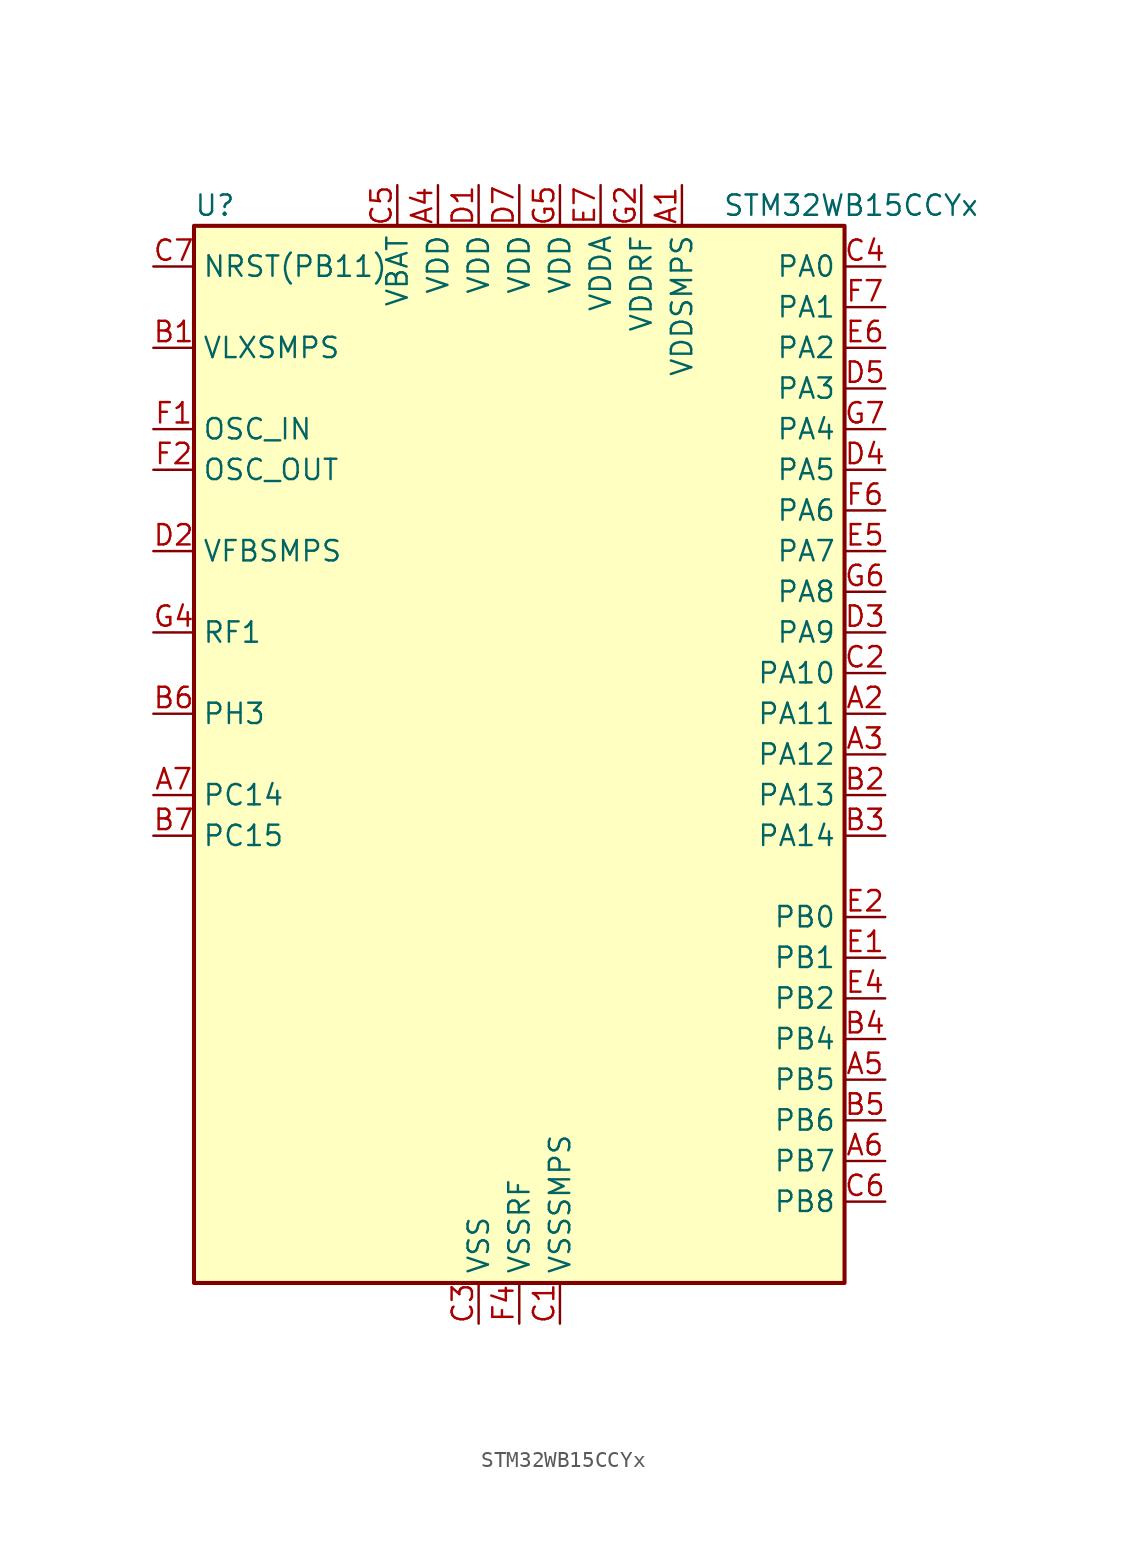
<source format=kicad_sym>
(kicad_symbol_lib
  (version 20220914)
  (generator kicad_symbol_editor)
  (symbol "STM32WB15CCYx"
    (property "Reference" "U"
      (at -20.32 34.29 0)
      (effects (font (size 1.27 1.27)) (justify left)))
    (property "Value" "STM32WB15CCYx"
      (at 12.7 34.29 0)
      (effects (font (size 1.27 1.27)) (justify left)))
    (property "ki_locked" ""
      (at 0 0 0)
      (effects (font (size 1.27 1.27))))
    (symbol "STM32WB15CCYx_0_1"
      (rectangle (start -20.32 -33.02) (end 20.32 33.02) (stroke (width 0.254) (type default)) (fill (type background))))
    (symbol "STM32WB15CCYx_1_1"
      (pin power_in line (at 10.16 35.56 270) (length 2.54) (name "VDDSMPS" (effects (font (size 1.27 1.27)))) (number "A1" (effects (font (size 1.27 1.27)))))
      (pin bidirectional line (at 22.86 2.54 180) (length 2.54) (name "PA11" (effects (font (size 1.27 1.27)))) (number "A2" (effects (font (size 1.27 1.27)))) (alternate "ADC1_EXTI11" bidirectional line) (alternate "SPI1_MISO" bidirectional line) (alternate "TIM1_BKIN2" bidirectional line) (alternate "TIM1_CH4" bidirectional line) (alternate "USART1_CTS" bidirectional line) (alternate "USART1_NSS" bidirectional line))
      (pin bidirectional line (at 22.86 0 180) (length 2.54) (name "PA12" (effects (font (size 1.27 1.27)))) (number "A3" (effects (font (size 1.27 1.27)))) (alternate "LPUART1_RX" bidirectional line) (alternate "SPI1_MOSI" bidirectional line) (alternate "TIM1_ETR" bidirectional line) (alternate "USART1_DE" bidirectional line) (alternate "USART1_RTS" bidirectional line))
      (pin power_in line (at -5.08 35.56 270) (length 2.54) (name "VDD" (effects (font (size 1.27 1.27)))) (number "A4" (effects (font (size 1.27 1.27)))))
      (pin bidirectional line (at 22.86 -20.32 180) (length 2.54) (name "PB5" (effects (font (size 1.27 1.27)))) (number "A5" (effects (font (size 1.27 1.27)))) (alternate "I2C1_SMBA" bidirectional line) (alternate "LPTIM1_IN1" bidirectional line) (alternate "LPUART1_TX" bidirectional line) (alternate "SPI1_MOSI" bidirectional line) (alternate "TSC_G2_IO2" bidirectional line) (alternate "USART1_CK" bidirectional line))
      (pin bidirectional line (at 22.86 -25.4 180) (length 2.54) (name "PB7" (effects (font (size 1.27 1.27)))) (number "A6" (effects (font (size 1.27 1.27)))) (alternate "I2C1_SDA" bidirectional line) (alternate "LPTIM1_IN2" bidirectional line) (alternate "SYS_PVD_IN" bidirectional line) (alternate "TIM1_BKIN" bidirectional line) (alternate "TIM1_CH3" bidirectional line) (alternate "TSC_G2_IO4" bidirectional line) (alternate "USART1_RX" bidirectional line))
      (pin bidirectional line (at -22.86 -2.54 0) (length 2.54) (name "PC14" (effects (font (size 1.27 1.27)))) (number "A7" (effects (font (size 1.27 1.27)))) (alternate "RCC_OSC32_IN" bidirectional line))
      (pin power_in line (at -22.86 25.4 0) (length 2.54) (name "VLXSMPS" (effects (font (size 1.27 1.27)))) (number "B1" (effects (font (size 1.27 1.27)))))
      (pin bidirectional line (at 22.86 -2.54 180) (length 2.54) (name "PA13" (effects (font (size 1.27 1.27)))) (number "B2" (effects (font (size 1.27 1.27)))) (alternate "SPI1_MOSI" bidirectional line) (alternate "SYS_JTMS-SWDIO" bidirectional line) (alternate "TSC_G7_IO1" bidirectional line))
      (pin bidirectional line (at 22.86 -5.08 180) (length 2.54) (name "PA14" (effects (font (size 1.27 1.27)))) (number "B3" (effects (font (size 1.27 1.27)))) (alternate "I2C1_SMBA" bidirectional line) (alternate "LPTIM1_OUT" bidirectional line) (alternate "SPI1_NSS" bidirectional line) (alternate "SYS_JTCK-SWCLK" bidirectional line))
      (pin bidirectional line (at 22.86 -17.78 180) (length 2.54) (name "PB4" (effects (font (size 1.27 1.27)))) (number "B4" (effects (font (size 1.27 1.27)))) (alternate "SPI1_MISO" bidirectional line) (alternate "SYS_JTRST" bidirectional line) (alternate "TSC_G2_IO1" bidirectional line) (alternate "USART1_CTS" bidirectional line) (alternate "USART1_NSS" bidirectional line))
      (pin bidirectional line (at 22.86 -22.86 180) (length 2.54) (name "PB6" (effects (font (size 1.27 1.27)))) (number "B5" (effects (font (size 1.27 1.27)))) (alternate "I2C1_SCL" bidirectional line) (alternate "LPTIM1_ETR" bidirectional line) (alternate "RCC_MCO" bidirectional line) (alternate "SPI1_NSS" bidirectional line) (alternate "TSC_G2_IO3" bidirectional line) (alternate "USART1_TX" bidirectional line))
      (pin bidirectional line (at -22.86 2.54 0) (length 2.54) (name "PH3" (effects (font (size 1.27 1.27)))) (number "B6" (effects (font (size 1.27 1.27)))) (alternate "RCC_LSCO" bidirectional line))
      (pin bidirectional line (at -22.86 -5.08 0) (length 2.54) (name "PC15" (effects (font (size 1.27 1.27)))) (number "B7" (effects (font (size 1.27 1.27)))) (alternate "RCC_OSC32_OUT" bidirectional line))
      (pin power_in line (at 2.54 -35.56 90) (length 2.54) (name "VSSSMPS" (effects (font (size 1.27 1.27)))) (number "C1" (effects (font (size 1.27 1.27)))))
      (pin bidirectional line (at 22.86 5.08 180) (length 2.54) (name "PA10" (effects (font (size 1.27 1.27)))) (number "C2" (effects (font (size 1.27 1.27)))) (alternate "I2C1_SDA" bidirectional line) (alternate "TIM1_CH3" bidirectional line) (alternate "TSC_G7_IO2" bidirectional line) (alternate "USART1_RX" bidirectional line))
      (pin power_in line (at -2.54 -35.56 90) (length 2.54) (name "VSS" (effects (font (size 1.27 1.27)))) (number "C3" (effects (font (size 1.27 1.27)))))
      (pin bidirectional line (at 22.86 30.48 180) (length 2.54) (name "PA0" (effects (font (size 1.27 1.27)))) (number "C4" (effects (font (size 1.27 1.27)))) (alternate "ADC1_IN5" bidirectional line) (alternate "COMP1_INM" bidirectional line) (alternate "COMP1_OUT" bidirectional line) (alternate "RTC_TAMP2" bidirectional line) (alternate "SYS_WKUP1" bidirectional line) (alternate "TIM2_CH1" bidirectional line) (alternate "TIM2_ETR" bidirectional line))
      (pin power_in line (at -7.62 35.56 270) (length 2.54) (name "VBAT" (effects (font (size 1.27 1.27)))) (number "C5" (effects (font (size 1.27 1.27)))))
      (pin bidirectional line (at 22.86 -27.94 180) (length 2.54) (name "PB8" (effects (font (size 1.27 1.27)))) (number "C6" (effects (font (size 1.27 1.27)))) (alternate "I2C1_SCL" bidirectional line) (alternate "TIM1_CH2N" bidirectional line) (alternate "TSC_G7_IO3" bidirectional line))
      (pin input line (at -22.86 30.48 0) (length 2.54) (name "NRST(PB11)" (effects (font (size 1.27 1.27)))) (number "C7" (effects (font (size 1.27 1.27)))))
      (pin power_in line (at -2.54 35.56 270) (length 2.54) (name "VDD" (effects (font (size 1.27 1.27)))) (number "D1" (effects (font (size 1.27 1.27)))))
      (pin input line (at -22.86 12.7 0) (length 2.54) (name "VFBSMPS" (effects (font (size 1.27 1.27)))) (number "D2" (effects (font (size 1.27 1.27)))))
      (pin bidirectional line (at 22.86 7.62 180) (length 2.54) (name "PA9" (effects (font (size 1.27 1.27)))) (number "D3" (effects (font (size 1.27 1.27)))) (alternate "ADC1_IN4" bidirectional line) (alternate "COMP1_INM" bidirectional line) (alternate "I2C1_SCL" bidirectional line) (alternate "TIM1_CH2" bidirectional line) (alternate "USART1_TX" bidirectional line))
      (pin bidirectional line (at 22.86 17.78 180) (length 2.54) (name "PA5" (effects (font (size 1.27 1.27)))) (number "D4" (effects (font (size 1.27 1.27)))) (alternate "ADC1_IN10" bidirectional line) (alternate "COMP1_INM" bidirectional line) (alternate "LPTIM2_ETR" bidirectional line) (alternate "SPI1_MOSI" bidirectional line) (alternate "SPI1_SCK" bidirectional line) (alternate "TIM2_CH1" bidirectional line) (alternate "TIM2_ETR" bidirectional line))
      (pin bidirectional line (at 22.86 22.86 180) (length 2.54) (name "PA3" (effects (font (size 1.27 1.27)))) (number "D5" (effects (font (size 1.27 1.27)))) (alternate "ADC1_IN8" bidirectional line) (alternate "LPUART1_RX" bidirectional line) (alternate "TIM2_CH4" bidirectional line))
      (pin passive line (at -2.54 -35.56 90) (length 2.54) hide (name "VSS" (effects (font (size 1.27 1.27)))) (number "D6" (effects (font (size 1.27 1.27)))))
      (pin power_in line (at 0 35.56 270) (length 2.54) (name "VDD" (effects (font (size 1.27 1.27)))) (number "D7" (effects (font (size 1.27 1.27)))))
      (pin bidirectional line (at 22.86 -12.7 180) (length 2.54) (name "PB1" (effects (font (size 1.27 1.27)))) (number "E1" (effects (font (size 1.27 1.27)))) (alternate "LPTIM2_IN1" bidirectional line) (alternate "LPUART1_DE" bidirectional line) (alternate "LPUART1_RTS" bidirectional line))
      (pin bidirectional line (at 22.86 -10.16 180) (length 2.54) (name "PB0" (effects (font (size 1.27 1.27)))) (number "E2" (effects (font (size 1.27 1.27)))) (alternate "COMP1_OUT" bidirectional line) (alternate "RF_TX_MOD_EXT_PA" bidirectional line))
      (pin no_connect line (at -20.32 -33.02 0) (length 2.54) hide (name "AT0" (effects (font (size 1.27 1.27)))) (number "E3" (effects (font (size 1.27 1.27)))))
      (pin bidirectional line (at 22.86 -15.24 180) (length 2.54) (name "PB2" (effects (font (size 1.27 1.27)))) (number "E4" (effects (font (size 1.27 1.27)))) (alternate "COMP1_INP" bidirectional line) (alternate "LPTIM1_OUT" bidirectional line) (alternate "RTC_OUT" bidirectional line) (alternate "SPI1_NSS" bidirectional line))
      (pin bidirectional line (at 22.86 12.7 180) (length 2.54) (name "PA7" (effects (font (size 1.27 1.27)))) (number "E5" (effects (font (size 1.27 1.27)))) (alternate "ADC1_IN2" bidirectional line) (alternate "SPI1_MOSI" bidirectional line) (alternate "TIM1_CH1N" bidirectional line))
      (pin bidirectional line (at 22.86 25.4 180) (length 2.54) (name "PA2" (effects (font (size 1.27 1.27)))) (number "E6" (effects (font (size 1.27 1.27)))) (alternate "ADC1_IN7" bidirectional line) (alternate "LPUART1_TX" bidirectional line) (alternate "RCC_LSCO" bidirectional line) (alternate "SYS_WKUP4" bidirectional line) (alternate "TIM2_CH3" bidirectional line))
      (pin power_in line (at 5.08 35.56 270) (length 2.54) (name "VDDA" (effects (font (size 1.27 1.27)))) (number "E7" (effects (font (size 1.27 1.27)))))
      (pin input line (at -22.86 20.32 0) (length 2.54) (name "OSC_IN" (effects (font (size 1.27 1.27)))) (number "F1" (effects (font (size 1.27 1.27)))) (alternate "RCC_OSC_IN" bidirectional line))
      (pin input line (at -22.86 17.78 0) (length 2.54) (name "OSC_OUT" (effects (font (size 1.27 1.27)))) (number "F2" (effects (font (size 1.27 1.27)))) (alternate "RCC_OSC_OUT" bidirectional line))
      (pin no_connect line (at -20.32 -30.48 0) (length 2.54) hide (name "AT1" (effects (font (size 1.27 1.27)))) (number "F3" (effects (font (size 1.27 1.27)))))
      (pin power_in line (at 0 -35.56 90) (length 2.54) (name "VSSRF" (effects (font (size 1.27 1.27)))) (number "F4" (effects (font (size 1.27 1.27)))))
      (pin passive line (at -2.54 -35.56 90) (length 2.54) hide (name "VSS" (effects (font (size 1.27 1.27)))) (number "F5" (effects (font (size 1.27 1.27)))))
      (pin bidirectional line (at 22.86 15.24 180) (length 2.54) (name "PA6" (effects (font (size 1.27 1.27)))) (number "F6" (effects (font (size 1.27 1.27)))) (alternate "ADC1_IN11" bidirectional line) (alternate "LPUART1_CTS" bidirectional line) (alternate "SPI1_MISO" bidirectional line) (alternate "TIM1_BKIN" bidirectional line))
      (pin bidirectional line (at 22.86 27.94 180) (length 2.54) (name "PA1" (effects (font (size 1.27 1.27)))) (number "F7" (effects (font (size 1.27 1.27)))) (alternate "ADC1_IN6" bidirectional line) (alternate "COMP1_INP" bidirectional line) (alternate "I2C1_SMBA" bidirectional line) (alternate "SPI1_SCK" bidirectional line) (alternate "TIM2_CH2" bidirectional line))
      (pin passive line (at 0 -35.56 90) (length 2.54) hide (name "VSSRF" (effects (font (size 1.27 1.27)))) (number "G1" (effects (font (size 1.27 1.27)))))
      (pin power_in line (at 7.62 35.56 270) (length 2.54) (name "VDDRF" (effects (font (size 1.27 1.27)))) (number "G2" (effects (font (size 1.27 1.27)))))
      (pin passive line (at 0 -35.56 90) (length 2.54) hide (name "VSSRF" (effects (font (size 1.27 1.27)))) (number "G3" (effects (font (size 1.27 1.27)))))
      (pin bidirectional line (at -22.86 7.62 0) (length 2.54) (name "RF1" (effects (font (size 1.27 1.27)))) (number "G4" (effects (font (size 1.27 1.27)))) (alternate "RF_RF1" bidirectional line))
      (pin power_in line (at 2.54 35.56 270) (length 2.54) (name "VDD" (effects (font (size 1.27 1.27)))) (number "G5" (effects (font (size 1.27 1.27)))))
      (pin bidirectional line (at 22.86 10.16 180) (length 2.54) (name "PA8" (effects (font (size 1.27 1.27)))) (number "G6" (effects (font (size 1.27 1.27)))) (alternate "ADC1_IN3" bidirectional line) (alternate "LPTIM2_OUT" bidirectional line) (alternate "RCC_MCO" bidirectional line) (alternate "TIM1_CH1" bidirectional line) (alternate "USART1_CK" bidirectional line))
      (pin bidirectional line (at 22.86 20.32 180) (length 2.54) (name "PA4" (effects (font (size 1.27 1.27)))) (number "G7" (effects (font (size 1.27 1.27)))) (alternate "ADC1_IN9" bidirectional line) (alternate "COMP1_INM" bidirectional line) (alternate "LPTIM2_OUT" bidirectional line) (alternate "SPI1_NSS" bidirectional line)))))
</source>
